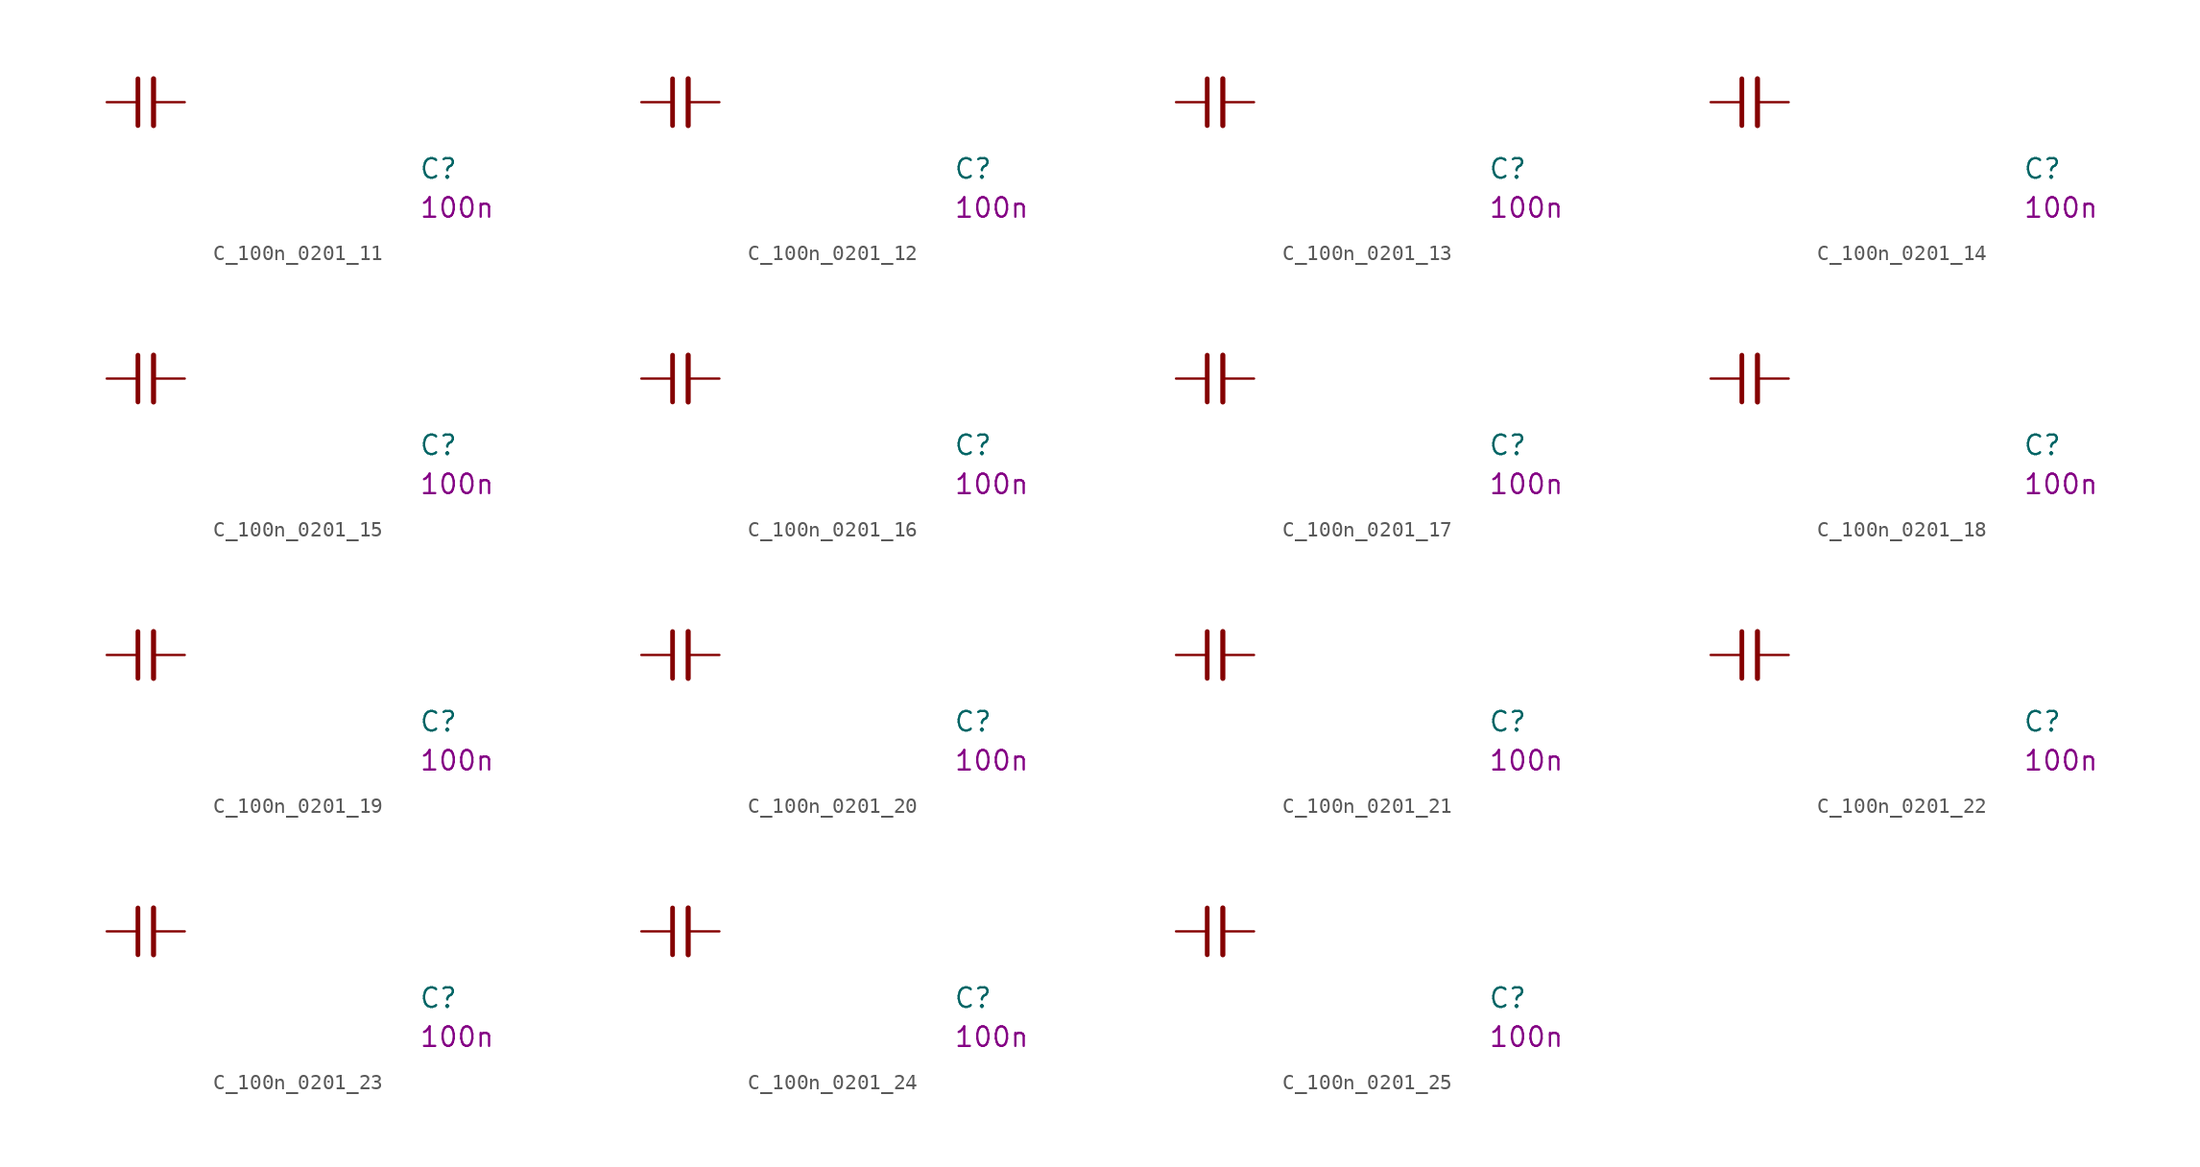
<source format=kicad_sym>
(kicad_symbol_lib
  (version 20211014)
  (generator kicad_symbol_editor)
  (symbol "data-center-rdimm-ddr5-tester:C_100n_0201_11"
    (pin_numbers hide)
    (pin_names hide)
    (property "Reference" "C"
      (at 20.32 -5.08 0)
      (effects (font (size 1.27 1.27) (thickness 0.15)) (justify left bottom)))
    (property "Val" "100n"
      (at 20.32 -7.62 0)
      (effects (font (size 1.27 1.27) (thickness 0.15)) (justify left bottom)))
    (symbol "C_100n_0201_11_0_1"
      (polyline (pts (xy 2.032 -1.524) (xy 2.032 1.524)) (stroke (width 0.305) (type default)) (fill (type none)))
      (polyline (pts (xy 3.048 -1.524) (xy 3.048 1.524)) (stroke (width 0.33) (type default)) (fill (type none))))
    (symbol "C_100n_0201_11_1_1"
      (pin passive line (at 0 0 0) (length 2.032) (name "~" (effects (font (size 1.27 1.27)))) (number "1" (effects (font (size 1.27 1.27)))))
      (pin passive line (at 5.08 0 180) (length 2.032) (name "~" (effects (font (size 1.27 1.27)))) (number "2" (effects (font (size 1.27 1.27)))))))
  (symbol "data-center-rdimm-ddr5-tester:C_100n_0201_12"
    (pin_numbers hide)
    (pin_names hide)
    (property "Reference" "C"
      (at 20.32 -5.08 0)
      (effects (font (size 1.27 1.27) (thickness 0.15)) (justify left bottom)))
    (property "Val" "100n"
      (at 20.32 -7.62 0)
      (effects (font (size 1.27 1.27) (thickness 0.15)) (justify left bottom)))
    (symbol "C_100n_0201_12_0_1"
      (polyline (pts (xy 2.032 -1.524) (xy 2.032 1.524)) (stroke (width 0.305) (type default)) (fill (type none)))
      (polyline (pts (xy 3.048 -1.524) (xy 3.048 1.524)) (stroke (width 0.33) (type default)) (fill (type none))))
    (symbol "C_100n_0201_12_1_1"
      (pin passive line (at 0 0 0) (length 2.032) (name "~" (effects (font (size 1.27 1.27)))) (number "1" (effects (font (size 1.27 1.27)))))
      (pin passive line (at 5.08 0 180) (length 2.032) (name "~" (effects (font (size 1.27 1.27)))) (number "2" (effects (font (size 1.27 1.27)))))))
  (symbol "data-center-rdimm-ddr5-tester:C_100n_0201_13"
    (pin_numbers hide)
    (pin_names hide)
    (property "Reference" "C"
      (at 20.32 -5.08 0)
      (effects (font (size 1.27 1.27) (thickness 0.15)) (justify left bottom)))
    (property "Val" "100n"
      (at 20.32 -7.62 0)
      (effects (font (size 1.27 1.27) (thickness 0.15)) (justify left bottom)))
    (symbol "C_100n_0201_13_0_1"
      (polyline (pts (xy 2.032 -1.524) (xy 2.032 1.524)) (stroke (width 0.305) (type default)) (fill (type none)))
      (polyline (pts (xy 3.048 -1.524) (xy 3.048 1.524)) (stroke (width 0.33) (type default)) (fill (type none))))
    (symbol "C_100n_0201_13_1_1"
      (pin passive line (at 0 0 0) (length 2.032) (name "~" (effects (font (size 1.27 1.27)))) (number "1" (effects (font (size 1.27 1.27)))))
      (pin passive line (at 5.08 0 180) (length 2.032) (name "~" (effects (font (size 1.27 1.27)))) (number "2" (effects (font (size 1.27 1.27)))))))
  (symbol "data-center-rdimm-ddr5-tester:C_100n_0201_14"
    (pin_numbers hide)
    (pin_names hide)
    (property "Reference" "C"
      (at 20.32 -5.08 0)
      (effects (font (size 1.27 1.27) (thickness 0.15)) (justify left bottom)))
    (property "Val" "100n"
      (at 20.32 -7.62 0)
      (effects (font (size 1.27 1.27) (thickness 0.15)) (justify left bottom)))
    (symbol "C_100n_0201_14_0_1"
      (polyline (pts (xy 2.032 -1.524) (xy 2.032 1.524)) (stroke (width 0.305) (type default)) (fill (type none)))
      (polyline (pts (xy 3.048 -1.524) (xy 3.048 1.524)) (stroke (width 0.33) (type default)) (fill (type none))))
    (symbol "C_100n_0201_14_1_1"
      (pin passive line (at 0 0 0) (length 2.032) (name "~" (effects (font (size 1.27 1.27)))) (number "1" (effects (font (size 1.27 1.27)))))
      (pin passive line (at 5.08 0 180) (length 2.032) (name "~" (effects (font (size 1.27 1.27)))) (number "2" (effects (font (size 1.27 1.27)))))))
  (symbol "data-center-rdimm-ddr5-tester:C_100n_0201_15"
    (pin_numbers hide)
    (pin_names hide)
    (property "Reference" "C"
      (at 20.32 -5.08 0)
      (effects (font (size 1.27 1.27) (thickness 0.15)) (justify left bottom)))
    (property "Val" "100n"
      (at 20.32 -7.62 0)
      (effects (font (size 1.27 1.27) (thickness 0.15)) (justify left bottom)))
    (symbol "C_100n_0201_15_0_1"
      (polyline (pts (xy 2.032 -1.524) (xy 2.032 1.524)) (stroke (width 0.305) (type default)) (fill (type none)))
      (polyline (pts (xy 3.048 -1.524) (xy 3.048 1.524)) (stroke (width 0.33) (type default)) (fill (type none))))
    (symbol "C_100n_0201_15_1_1"
      (pin passive line (at 0 0 0) (length 2.032) (name "~" (effects (font (size 1.27 1.27)))) (number "1" (effects (font (size 1.27 1.27)))))
      (pin passive line (at 5.08 0 180) (length 2.032) (name "~" (effects (font (size 1.27 1.27)))) (number "2" (effects (font (size 1.27 1.27)))))))
  (symbol "data-center-rdimm-ddr5-tester:C_100n_0201_16"
    (pin_numbers hide)
    (pin_names hide)
    (property "Reference" "C"
      (at 20.32 -5.08 0)
      (effects (font (size 1.27 1.27) (thickness 0.15)) (justify left bottom)))
    (property "Val" "100n"
      (at 20.32 -7.62 0)
      (effects (font (size 1.27 1.27) (thickness 0.15)) (justify left bottom)))
    (symbol "C_100n_0201_16_0_1"
      (polyline (pts (xy 2.032 -1.524) (xy 2.032 1.524)) (stroke (width 0.305) (type default)) (fill (type none)))
      (polyline (pts (xy 3.048 -1.524) (xy 3.048 1.524)) (stroke (width 0.33) (type default)) (fill (type none))))
    (symbol "C_100n_0201_16_1_1"
      (pin passive line (at 0 0 0) (length 2.032) (name "~" (effects (font (size 1.27 1.27)))) (number "1" (effects (font (size 1.27 1.27)))))
      (pin passive line (at 5.08 0 180) (length 2.032) (name "~" (effects (font (size 1.27 1.27)))) (number "2" (effects (font (size 1.27 1.27)))))))
  (symbol "data-center-rdimm-ddr5-tester:C_100n_0201_17"
    (pin_numbers hide)
    (pin_names hide)
    (property "Reference" "C"
      (at 20.32 -5.08 0)
      (effects (font (size 1.27 1.27) (thickness 0.15)) (justify left bottom)))
    (property "Val" "100n"
      (at 20.32 -7.62 0)
      (effects (font (size 1.27 1.27) (thickness 0.15)) (justify left bottom)))
    (symbol "C_100n_0201_17_0_1"
      (polyline (pts (xy 2.032 -1.524) (xy 2.032 1.524)) (stroke (width 0.305) (type default)) (fill (type none)))
      (polyline (pts (xy 3.048 -1.524) (xy 3.048 1.524)) (stroke (width 0.33) (type default)) (fill (type none))))
    (symbol "C_100n_0201_17_1_1"
      (pin passive line (at 0 0 0) (length 2.032) (name "~" (effects (font (size 1.27 1.27)))) (number "1" (effects (font (size 1.27 1.27)))))
      (pin passive line (at 5.08 0 180) (length 2.032) (name "~" (effects (font (size 1.27 1.27)))) (number "2" (effects (font (size 1.27 1.27)))))))
  (symbol "data-center-rdimm-ddr5-tester:C_100n_0201_18"
    (pin_numbers hide)
    (pin_names hide)
    (property "Reference" "C"
      (at 20.32 -5.08 0)
      (effects (font (size 1.27 1.27) (thickness 0.15)) (justify left bottom)))
    (property "Val" "100n"
      (at 20.32 -7.62 0)
      (effects (font (size 1.27 1.27) (thickness 0.15)) (justify left bottom)))
    (symbol "C_100n_0201_18_0_1"
      (polyline (pts (xy 2.032 -1.524) (xy 2.032 1.524)) (stroke (width 0.305) (type default)) (fill (type none)))
      (polyline (pts (xy 3.048 -1.524) (xy 3.048 1.524)) (stroke (width 0.33) (type default)) (fill (type none))))
    (symbol "C_100n_0201_18_1_1"
      (pin passive line (at 0 0 0) (length 2.032) (name "~" (effects (font (size 1.27 1.27)))) (number "1" (effects (font (size 1.27 1.27)))))
      (pin passive line (at 5.08 0 180) (length 2.032) (name "~" (effects (font (size 1.27 1.27)))) (number "2" (effects (font (size 1.27 1.27)))))))
  (symbol "data-center-rdimm-ddr5-tester:C_100n_0201_19"
    (pin_numbers hide)
    (pin_names hide)
    (property "Reference" "C"
      (at 20.32 -5.08 0)
      (effects (font (size 1.27 1.27) (thickness 0.15)) (justify left bottom)))
    (property "Val" "100n"
      (at 20.32 -7.62 0)
      (effects (font (size 1.27 1.27) (thickness 0.15)) (justify left bottom)))
    (symbol "C_100n_0201_19_0_1"
      (polyline (pts (xy 2.032 -1.524) (xy 2.032 1.524)) (stroke (width 0.305) (type default)) (fill (type none)))
      (polyline (pts (xy 3.048 -1.524) (xy 3.048 1.524)) (stroke (width 0.33) (type default)) (fill (type none))))
    (symbol "C_100n_0201_19_1_1"
      (pin passive line (at 0 0 0) (length 2.032) (name "~" (effects (font (size 1.27 1.27)))) (number "1" (effects (font (size 1.27 1.27)))))
      (pin passive line (at 5.08 0 180) (length 2.032) (name "~" (effects (font (size 1.27 1.27)))) (number "2" (effects (font (size 1.27 1.27)))))))
  (symbol "data-center-rdimm-ddr5-tester:C_100n_0201_20"
    (pin_numbers hide)
    (pin_names hide)
    (property "Reference" "C"
      (at 20.32 -5.08 0)
      (effects (font (size 1.27 1.27) (thickness 0.15)) (justify left bottom)))
    (property "Val" "100n"
      (at 20.32 -7.62 0)
      (effects (font (size 1.27 1.27) (thickness 0.15)) (justify left bottom)))
    (symbol "C_100n_0201_20_0_1"
      (polyline (pts (xy 2.032 -1.524) (xy 2.032 1.524)) (stroke (width 0.305) (type default)) (fill (type none)))
      (polyline (pts (xy 3.048 -1.524) (xy 3.048 1.524)) (stroke (width 0.33) (type default)) (fill (type none))))
    (symbol "C_100n_0201_20_1_1"
      (pin passive line (at 0 0 0) (length 2.032) (name "~" (effects (font (size 1.27 1.27)))) (number "1" (effects (font (size 1.27 1.27)))))
      (pin passive line (at 5.08 0 180) (length 2.032) (name "~" (effects (font (size 1.27 1.27)))) (number "2" (effects (font (size 1.27 1.27)))))))
  (symbol "data-center-rdimm-ddr5-tester:C_100n_0201_21"
    (pin_numbers hide)
    (pin_names hide)
    (property "Reference" "C"
      (at 20.32 -5.08 0)
      (effects (font (size 1.27 1.27) (thickness 0.15)) (justify left bottom)))
    (property "Val" "100n"
      (at 20.32 -7.62 0)
      (effects (font (size 1.27 1.27) (thickness 0.15)) (justify left bottom)))
    (symbol "C_100n_0201_21_0_1"
      (polyline (pts (xy 2.032 -1.524) (xy 2.032 1.524)) (stroke (width 0.305) (type default)) (fill (type none)))
      (polyline (pts (xy 3.048 -1.524) (xy 3.048 1.524)) (stroke (width 0.33) (type default)) (fill (type none))))
    (symbol "C_100n_0201_21_1_1"
      (pin passive line (at 0 0 0) (length 2.032) (name "~" (effects (font (size 1.27 1.27)))) (number "1" (effects (font (size 1.27 1.27)))))
      (pin passive line (at 5.08 0 180) (length 2.032) (name "~" (effects (font (size 1.27 1.27)))) (number "2" (effects (font (size 1.27 1.27)))))))
  (symbol "data-center-rdimm-ddr5-tester:C_100n_0201_22"
    (pin_numbers hide)
    (pin_names hide)
    (property "Reference" "C"
      (at 20.32 -5.08 0)
      (effects (font (size 1.27 1.27) (thickness 0.15)) (justify left bottom)))
    (property "Val" "100n"
      (at 20.32 -7.62 0)
      (effects (font (size 1.27 1.27) (thickness 0.15)) (justify left bottom)))
    (symbol "C_100n_0201_22_0_1"
      (polyline (pts (xy 2.032 -1.524) (xy 2.032 1.524)) (stroke (width 0.305) (type default)) (fill (type none)))
      (polyline (pts (xy 3.048 -1.524) (xy 3.048 1.524)) (stroke (width 0.33) (type default)) (fill (type none))))
    (symbol "C_100n_0201_22_1_1"
      (pin passive line (at 0 0 0) (length 2.032) (name "~" (effects (font (size 1.27 1.27)))) (number "1" (effects (font (size 1.27 1.27)))))
      (pin passive line (at 5.08 0 180) (length 2.032) (name "~" (effects (font (size 1.27 1.27)))) (number "2" (effects (font (size 1.27 1.27)))))))
  (symbol "data-center-rdimm-ddr5-tester:C_100n_0201_23"
    (pin_numbers hide)
    (pin_names hide)
    (property "Reference" "C"
      (at 20.32 -5.08 0)
      (effects (font (size 1.27 1.27) (thickness 0.15)) (justify left bottom)))
    (property "Val" "100n"
      (at 20.32 -7.62 0)
      (effects (font (size 1.27 1.27) (thickness 0.15)) (justify left bottom)))
    (symbol "C_100n_0201_23_0_1"
      (polyline (pts (xy 2.032 -1.524) (xy 2.032 1.524)) (stroke (width 0.305) (type default)) (fill (type none)))
      (polyline (pts (xy 3.048 -1.524) (xy 3.048 1.524)) (stroke (width 0.33) (type default)) (fill (type none))))
    (symbol "C_100n_0201_23_1_1"
      (pin passive line (at 0 0 0) (length 2.032) (name "~" (effects (font (size 1.27 1.27)))) (number "1" (effects (font (size 1.27 1.27)))))
      (pin passive line (at 5.08 0 180) (length 2.032) (name "~" (effects (font (size 1.27 1.27)))) (number "2" (effects (font (size 1.27 1.27)))))))
  (symbol "data-center-rdimm-ddr5-tester:C_100n_0201_24"
    (pin_numbers hide)
    (pin_names hide)
    (property "Reference" "C"
      (at 20.32 -5.08 0)
      (effects (font (size 1.27 1.27) (thickness 0.15)) (justify left bottom)))
    (property "Val" "100n"
      (at 20.32 -7.62 0)
      (effects (font (size 1.27 1.27) (thickness 0.15)) (justify left bottom)))
    (symbol "C_100n_0201_24_0_1"
      (polyline (pts (xy 2.032 -1.524) (xy 2.032 1.524)) (stroke (width 0.305) (type default)) (fill (type none)))
      (polyline (pts (xy 3.048 -1.524) (xy 3.048 1.524)) (stroke (width 0.33) (type default)) (fill (type none))))
    (symbol "C_100n_0201_24_1_1"
      (pin passive line (at 0 0 0) (length 2.032) (name "~" (effects (font (size 1.27 1.27)))) (number "1" (effects (font (size 1.27 1.27)))))
      (pin passive line (at 5.08 0 180) (length 2.032) (name "~" (effects (font (size 1.27 1.27)))) (number "2" (effects (font (size 1.27 1.27)))))))
  (symbol "data-center-rdimm-ddr5-tester:C_100n_0201_25"
    (pin_numbers hide)
    (pin_names hide)
    (property "Reference" "C"
      (at 20.32 -5.08 0)
      (effects (font (size 1.27 1.27) (thickness 0.15)) (justify left bottom)))
    (property "Val" "100n"
      (at 20.32 -7.62 0)
      (effects (font (size 1.27 1.27) (thickness 0.15)) (justify left bottom)))
    (symbol "C_100n_0201_25_0_1"
      (polyline (pts (xy 2.032 -1.524) (xy 2.032 1.524)) (stroke (width 0.305) (type default)) (fill (type none)))
      (polyline (pts (xy 3.048 -1.524) (xy 3.048 1.524)) (stroke (width 0.33) (type default)) (fill (type none))))
    (symbol "C_100n_0201_25_1_1"
      (pin passive line (at 0 0 0) (length 2.032) (name "~" (effects (font (size 1.27 1.27)))) (number "1" (effects (font (size 1.27 1.27)))))
      (pin passive line (at 5.08 0 180) (length 2.032) (name "~" (effects (font (size 1.27 1.27)))) (number "2" (effects (font (size 1.27 1.27))))))))
</source>
